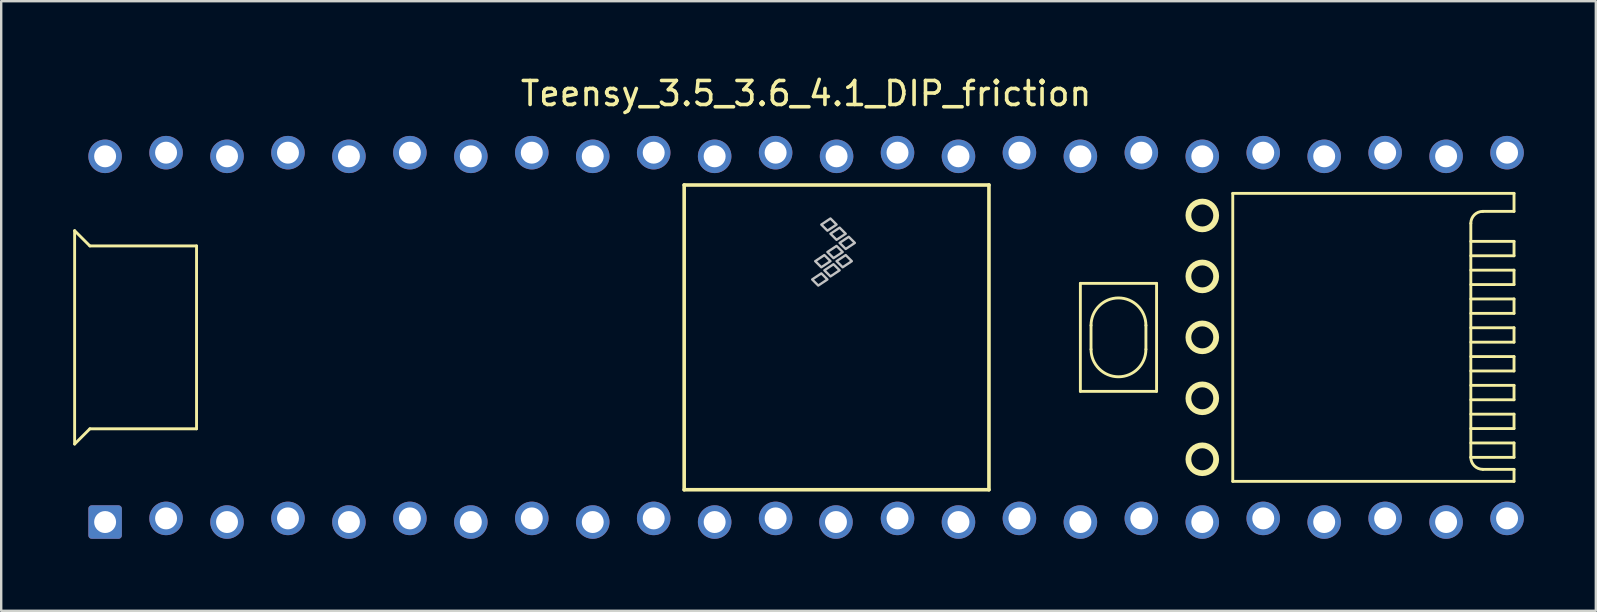
<source format=kicad_pcb>
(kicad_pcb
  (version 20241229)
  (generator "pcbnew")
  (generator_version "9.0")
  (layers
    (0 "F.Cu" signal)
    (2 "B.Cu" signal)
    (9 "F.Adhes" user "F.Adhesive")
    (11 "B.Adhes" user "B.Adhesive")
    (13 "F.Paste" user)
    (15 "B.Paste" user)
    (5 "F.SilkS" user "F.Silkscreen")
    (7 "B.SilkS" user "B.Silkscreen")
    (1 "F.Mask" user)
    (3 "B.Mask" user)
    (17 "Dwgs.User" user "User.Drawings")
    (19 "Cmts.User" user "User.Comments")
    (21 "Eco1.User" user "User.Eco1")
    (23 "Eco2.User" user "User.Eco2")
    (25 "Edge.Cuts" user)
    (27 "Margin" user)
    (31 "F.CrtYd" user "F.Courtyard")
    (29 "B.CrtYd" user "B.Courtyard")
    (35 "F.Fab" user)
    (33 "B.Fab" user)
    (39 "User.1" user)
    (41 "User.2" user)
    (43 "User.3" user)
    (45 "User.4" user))
  (footprint "Teensy_3.5_3.6_4.1_DIP_friction"
    (layer "F.Cu")
    (at 30.54 11.008)
    (property "Reference" "Teensy_3.5_3.6_4.1_DIP_friction" (at 0 -10.16 0) (layer "F.SilkS") (effects (font (size 1 1) (thickness 0.15))))
    (attr through_hole)
    (fp_line (start -30.48 -4.445) (end -30.48 4.445) (stroke (width 0.12) (type solid)) (layer "F.SilkS"))
    (fp_line (start -30.48 -4.445) (end -29.845 -3.81) (stroke (width 0.12) (type solid)) (layer "F.SilkS"))
    (fp_line (start -30.48 4.445) (end -29.845 3.81) (stroke (width 0.12) (type solid)) (layer "F.SilkS"))
    (fp_line (start -25.4 -3.81) (end -29.845 -3.81) (stroke (width 0.12) (type solid)) (layer "F.SilkS"))
    (fp_line (start -25.4 3.81) (end -29.845 3.81) (stroke (width 0.12) (type solid)) (layer "F.SilkS"))
    (fp_line (start -25.4 3.81) (end -25.4 -3.81) (stroke (width 0.12) (type solid)) (layer "F.SilkS"))
    (fp_line (start -5.08 -6.35) (end -5.08 6.35) (stroke (width 0.15) (type solid)) (layer "F.SilkS"))
    (fp_line (start -5.08 -6.35) (end 7.62 -6.35) (stroke (width 0.15) (type solid)) (layer "F.SilkS"))
    (fp_line (start -5.08 6.35) (end 7.62 6.35) (stroke (width 0.15) (type solid)) (layer "F.SilkS"))
    (fp_line (start 7.62 6.35) (end 7.62 -6.35) (stroke (width 0.15) (type solid)) (layer "F.SilkS"))
    (fp_line (start 11.43 -2.25) (end 11.43 2.25) (stroke (width 0.12) (type solid)) (layer "F.SilkS"))
    (fp_line (start 11.43 2.25) (end 14.605 2.25) (stroke (width 0.12) (type solid)) (layer "F.SilkS"))
    (fp_line (start 11.874 -0.5) (end 11.874 0.5) (stroke (width 0.12) (type solid)) (layer "F.SilkS"))
    (fp_line (start 14.161 -0.5) (end 14.161 0.5) (stroke (width 0.12) (type solid)) (layer "F.SilkS"))
    (fp_line (start 14.605 -2.25) (end 11.43 -2.25) (stroke (width 0.12) (type solid)) (layer "F.SilkS"))
    (fp_line (start 14.605 2.25) (end 14.605 -2.25) (stroke (width 0.12) (type solid)) (layer "F.SilkS"))
    (fp_line (start 17.78 6) (end 17.78 -6) (stroke (width 0.12) (type solid)) (layer "F.SilkS"))
    (fp_line (start 17.78 6) (end 29.5 6) (stroke (width 0.12) (type solid)) (layer "F.SilkS"))
    (fp_line (start 27.7 -4.75) (end 27.7 5) (stroke (width 0.12) (type solid)) (layer "F.SilkS"))
    (fp_line (start 27.7 -3.4) (end 29.5 -3.4) (stroke (width 0.12) (type solid)) (layer "F.SilkS"))
    (fp_line (start 27.7 -2.2) (end 29.5 -2.2) (stroke (width 0.12) (type solid)) (layer "F.SilkS"))
    (fp_line (start 27.7 -1) (end 29.5 -1) (stroke (width 0.12) (type solid)) (layer "F.SilkS"))
    (fp_line (start 27.7 0.2) (end 29.5 0.2) (stroke (width 0.12) (type solid)) (layer "F.SilkS"))
    (fp_line (start 27.7 1.4) (end 29.5 1.4) (stroke (width 0.12) (type solid)) (layer "F.SilkS"))
    (fp_line (start 27.7 2.6) (end 29.5 2.6) (stroke (width 0.12) (type solid)) (layer "F.SilkS"))
    (fp_line (start 27.7 3.8) (end 29.5 3.8) (stroke (width 0.12) (type solid)) (layer "F.SilkS"))
    (fp_line (start 27.7 5) (end 29.5 5) (stroke (width 0.12) (type solid)) (layer "F.SilkS"))
    (fp_line (start 29.5 -6) (end 17.78 -6) (stroke (width 0.12) (type solid)) (layer "F.SilkS"))
    (fp_line (start 29.5 -6) (end 29.5 -5.25) (stroke (width 0.12) (type solid)) (layer "F.SilkS"))
    (fp_line (start 29.5 -5.25) (end 28.2 -5.25) (stroke (width 0.12) (type solid)) (layer "F.SilkS"))
    (fp_line (start 29.5 -4) (end 27.7 -4) (stroke (width 0.12) (type solid)) (layer "F.SilkS"))
    (fp_line (start 29.5 -3.4) (end 29.5 -4) (stroke (width 0.12) (type solid)) (layer "F.SilkS"))
    (fp_line (start 29.5 -2.8) (end 27.7 -2.8) (stroke (width 0.12) (type solid)) (layer "F.SilkS"))
    (fp_line (start 29.5 -2.2) (end 29.5 -2.8) (stroke (width 0.12) (type solid)) (layer "F.SilkS"))
    (fp_line (start 29.5 -1.6) (end 27.7 -1.6) (stroke (width 0.12) (type solid)) (layer "F.SilkS"))
    (fp_line (start 29.5 -1) (end 29.5 -1.6) (stroke (width 0.12) (type solid)) (layer "F.SilkS"))
    (fp_line (start 29.5 -0.4) (end 27.7 -0.4) (stroke (width 0.12) (type solid)) (layer "F.SilkS"))
    (fp_line (start 29.5 0.2) (end 29.5 -0.4) (stroke (width 0.12) (type solid)) (layer "F.SilkS"))
    (fp_line (start 29.5 0.8) (end 27.7 0.8) (stroke (width 0.12) (type solid)) (layer "F.SilkS"))
    (fp_line (start 29.5 1.4) (end 29.5 0.8) (stroke (width 0.12) (type solid)) (layer "F.SilkS"))
    (fp_line (start 29.5 2) (end 27.7 2) (stroke (width 0.12) (type solid)) (layer "F.SilkS"))
    (fp_line (start 29.5 2.6) (end 29.5 2) (stroke (width 0.12) (type solid)) (layer "F.SilkS"))
    (fp_line (start 29.5 3.2) (end 27.7 3.2) (stroke (width 0.12) (type solid)) (layer "F.SilkS"))
    (fp_line (start 29.5 3.8) (end 29.5 3.2) (stroke (width 0.12) (type solid)) (layer "F.SilkS"))
    (fp_line (start 29.5 4.4) (end 27.7 4.4) (stroke (width 0.12) (type solid)) (layer "F.SilkS"))
    (fp_line (start 29.5 5) (end 29.5 4.4) (stroke (width 0.12) (type solid)) (layer "F.SilkS"))
    (fp_line (start 29.5 5.5) (end 28.2 5.5) (stroke (width 0.12) (type solid)) (layer "F.SilkS"))
    (fp_line (start 29.5 6) (end 29.5 5.5) (stroke (width 0.12) (type solid)) (layer "F.SilkS"))
    (fp_arc (start 11.8745 -0.5) (mid 13.0175 -1.643) (end 14.1605 -0.5) (stroke (width 0.12) (type solid)) (layer "F.SilkS"))
    (fp_arc (start 14.1605 0.5) (mid 13.0175 1.643) (end 11.8745 0.5) (stroke (width 0.12) (type solid)) (layer "F.SilkS"))
    (fp_arc (start 27.7 -4.75) (mid 27.846447 -5.103553) (end 28.2 -5.25) (stroke (width 0.12) (type solid)) (layer "F.SilkS"))
    (fp_arc (start 28.2 5.5) (mid 27.846447 5.353553) (end 27.7 5) (stroke (width 0.12) (type solid)) (layer "F.SilkS"))
    (fp_circle (center 16.51 -5.08) (end 17.089 -5.08) (stroke (width 0.241) (type solid)) (fill no) (layer "F.SilkS"))
    (fp_circle (center 16.51 -2.54) (end 17.089 -2.54) (stroke (width 0.241) (type solid)) (fill no) (layer "F.SilkS"))
    (fp_circle (center 16.51 0) (end 17.089 0) (stroke (width 0.241) (type solid)) (fill no) (layer "F.SilkS"))
    (fp_circle (center 16.51 2.54) (end 17.089 2.54) (stroke (width 0.241) (type solid)) (fill no) (layer "F.SilkS"))
    (fp_circle (center 16.51 5.08) (end 17.089 5.08) (stroke (width 0.241) (type solid)) (fill no) (layer "F.SilkS"))
    (fp_poly (pts (xy 0.635 -2.667) (xy 0.889 -2.413) (xy 0.508 -2.159) (xy 0.254 -2.413)) (stroke (width 0.1) (type solid)) (fill no) (layer "Dwgs.User"))
    (fp_poly (pts (xy 0.762 -3.429) (xy 1.016 -3.175) (xy 0.635 -2.921) (xy 0.381 -3.175)) (stroke (width 0.1) (type solid)) (fill no) (layer "Dwgs.User"))
    (fp_poly (pts (xy 1.016 -4.953) (xy 1.27 -4.699) (xy 0.889 -4.445) (xy 0.635 -4.699)) (stroke (width 0.1) (type solid)) (fill no) (layer "Dwgs.User"))
    (fp_poly (pts (xy 1.143 -3.048) (xy 1.397 -2.794) (xy 1.016 -2.54) (xy 0.762 -2.794)) (stroke (width 0.1) (type solid)) (fill no) (layer "Dwgs.User"))
    (fp_poly (pts (xy 1.27 -3.81) (xy 1.524 -3.556) (xy 1.143 -3.302) (xy 0.889 -3.556)) (stroke (width 0.1) (type solid)) (fill no) (layer "Dwgs.User"))
    (fp_poly (pts (xy 1.397 -4.572) (xy 1.651 -4.318) (xy 1.27 -4.064) (xy 1.016 -4.318)) (stroke (width 0.1) (type solid)) (fill no) (layer "Dwgs.User"))
    (fp_poly (pts (xy 1.651 -3.429) (xy 1.905 -3.175) (xy 1.524 -2.921) (xy 1.27 -3.175)) (stroke (width 0.1) (type solid)) (fill no) (layer "Dwgs.User"))
    (fp_poly (pts (xy 1.778 -4.191) (xy 2.032 -3.937) (xy 1.651 -3.683) (xy 1.397 -3.937)) (stroke (width 0.1) (type solid)) (fill no) (layer "Dwgs.User"))
    (pad "1" thru_hole roundrect (at -29.21 7.696) (size 1.397 1.397) (drill 0.914) (layers "*.Cu" "*.Mask") (roundrect_rratio 0.1))
    (pad "2" thru_hole circle (at -26.67 7.544) (size 1.397 1.397) (drill 0.914) (layers "*.Cu" "*.Mask"))
    (pad "3" thru_hole circle (at -24.13 7.696) (size 1.397 1.397) (drill 0.914) (layers "*.Cu" "*.Mask"))
    (pad "4" thru_hole circle (at -21.59 7.544) (size 1.397 1.397) (drill 0.914) (layers "*.Cu" "*.Mask"))
    (pad "5" thru_hole circle (at -19.05 7.696) (size 1.397 1.397) (drill 0.914) (layers "*.Cu" "*.Mask"))
    (pad "6" thru_hole circle (at -16.51 7.544) (size 1.397 1.397) (drill 0.914) (layers "*.Cu" "*.Mask"))
    (pad "7" thru_hole circle (at -13.97 7.696) (size 1.397 1.397) (drill 0.914) (layers "*.Cu" "*.Mask"))
    (pad "8" thru_hole circle (at -11.43 7.544) (size 1.397 1.397) (drill 0.914) (layers "*.Cu" "*.Mask"))
    (pad "9" thru_hole circle (at -8.89 7.696) (size 1.397 1.397) (drill 0.914) (layers "*.Cu" "*.Mask"))
    (pad "10" thru_hole circle (at -6.35 7.544) (size 1.397 1.397) (drill 0.914) (layers "*.Cu" "*.Mask"))
    (pad "11" thru_hole circle (at -3.81 7.696) (size 1.397 1.397) (drill 0.914) (layers "*.Cu" "*.Mask"))
    (pad "12" thru_hole circle (at -1.27 7.544) (size 1.397 1.397) (drill 0.914) (layers "*.Cu" "*.Mask"))
    (pad "13" thru_hole circle (at 1.245 7.696) (size 1.397 1.397) (drill 0.914) (layers "*.Cu" "*.Mask"))
    (pad "14" thru_hole circle (at 3.81 7.544) (size 1.397 1.397) (drill 0.914) (layers "*.Cu" "*.Mask"))
    (pad "15" thru_hole circle (at 6.35 7.696) (size 1.397 1.397) (drill 0.914) (layers "*.Cu" "*.Mask"))
    (pad "16" thru_hole circle (at 8.89 7.544) (size 1.397 1.397) (drill 0.914) (layers "*.Cu" "*.Mask"))
    (pad "17" thru_hole circle (at 11.43 7.696) (size 1.397 1.397) (drill 0.914) (layers "*.Cu" "*.Mask"))
    (pad "18" thru_hole circle (at 13.97 7.544) (size 1.397 1.397) (drill 0.914) (layers "*.Cu" "*.Mask"))
    (pad "19" thru_hole circle (at 16.51 7.696) (size 1.397 1.397) (drill 0.914) (layers "*.Cu" "*.Mask"))
    (pad "20" thru_hole circle (at 19.05 7.544) (size 1.397 1.397) (drill 0.914) (layers "*.Cu" "*.Mask"))
    (pad "21" thru_hole circle (at 21.59 7.696) (size 1.397 1.397) (drill 0.914) (layers "*.Cu" "*.Mask"))
    (pad "22" thru_hole circle (at 24.13 7.544) (size 1.397 1.397) (drill 0.914) (layers "*.Cu" "*.Mask"))
    (pad "23" thru_hole circle (at 26.67 7.696) (size 1.397 1.397) (drill 0.914) (layers "*.Cu" "*.Mask"))
    (pad "24" thru_hole circle (at 29.21 7.544) (size 1.397 1.397) (drill 0.914) (layers "*.Cu" "*.Mask"))
    (pad "25" thru_hole circle (at 29.21 -7.696) (size 1.397 1.397) (drill 0.914) (layers "*.Cu" "*.Mask"))
    (pad "26" thru_hole circle (at 26.67 -7.544) (size 1.397 1.397) (drill 0.914) (layers "*.Cu" "*.Mask"))
    (pad "27" thru_hole circle (at 24.13 -7.696) (size 1.397 1.397) (drill 0.914) (layers "*.Cu" "*.Mask"))
    (pad "28" thru_hole circle (at 21.59 -7.544) (size 1.397 1.397) (drill 0.914) (layers "*.Cu" "*.Mask"))
    (pad "29" thru_hole circle (at 19.05 -7.696) (size 1.397 1.397) (drill 0.914) (layers "*.Cu" "*.Mask"))
    (pad "30" thru_hole circle (at 16.51 -7.544) (size 1.397 1.397) (drill 0.914) (layers "*.Cu" "*.Mask"))
    (pad "31" thru_hole circle (at 13.97 -7.696) (size 1.397 1.397) (drill 0.914) (layers "*.Cu" "*.Mask"))
    (pad "32" thru_hole circle (at 11.43 -7.544) (size 1.397 1.397) (drill 0.914) (layers "*.Cu" "*.Mask"))
    (pad "33" thru_hole circle (at 8.89 -7.696) (size 1.397 1.397) (drill 0.914) (layers "*.Cu" "*.Mask"))
    (pad "34" thru_hole circle (at 6.35 -7.544) (size 1.397 1.397) (drill 0.914) (layers "*.Cu" "*.Mask"))
    (pad "35" thru_hole circle (at 3.81 -7.696) (size 1.397 1.397) (drill 0.914) (layers "*.Cu" "*.Mask"))
    (pad "36" thru_hole circle (at 1.27 -7.544) (size 1.397 1.397) (drill 0.914) (layers "*.Cu" "*.Mask"))
    (pad "37" thru_hole circle (at -1.27 -7.696) (size 1.397 1.397) (drill 0.914) (layers "*.Cu" "*.Mask"))
    (pad "38" thru_hole circle (at -3.81 -7.544) (size 1.397 1.397) (drill 0.914) (layers "*.Cu" "*.Mask"))
    (pad "39" thru_hole circle (at -6.35 -7.696) (size 1.397 1.397) (drill 0.914) (layers "*.Cu" "*.Mask"))
    (pad "40" thru_hole circle (at -8.89 -7.544) (size 1.397 1.397) (drill 0.914) (layers "*.Cu" "*.Mask"))
    (pad "41" thru_hole circle (at -11.43 -7.696) (size 1.397 1.397) (drill 0.914) (layers "*.Cu" "*.Mask"))
    (pad "42" thru_hole circle (at -13.97 -7.544) (size 1.397 1.397) (drill 0.914) (layers "*.Cu" "*.Mask"))
    (pad "43" thru_hole circle (at -16.51 -7.696) (size 1.397 1.397) (drill 0.914) (layers "*.Cu" "*.Mask"))
    (pad "44" thru_hole circle (at -19.05 -7.544) (size 1.397 1.397) (drill 0.914) (layers "*.Cu" "*.Mask"))
    (pad "45" thru_hole circle (at -21.59 -7.696) (size 1.397 1.397) (drill 0.914) (layers "*.Cu" "*.Mask"))
    (pad "46" thru_hole circle (at -24.13 -7.544) (size 1.397 1.397) (drill 0.914) (layers "*.Cu" "*.Mask"))
    (pad "47" thru_hole circle (at -26.67 -7.696) (size 1.397 1.397) (drill 0.914) (layers "*.Cu" "*.Mask"))
    (pad "48" thru_hole circle (at -29.21 -7.544) (size 1.397 1.397) (drill 0.914) (layers "*.Cu" "*.Mask")))
  (gr_rect
    (start -3 -3)
    (end 63.449 22.403)
    (stroke (width 0.1) (type default))
    (fill no)
    (layer "Edge.Cuts")))
</source>
